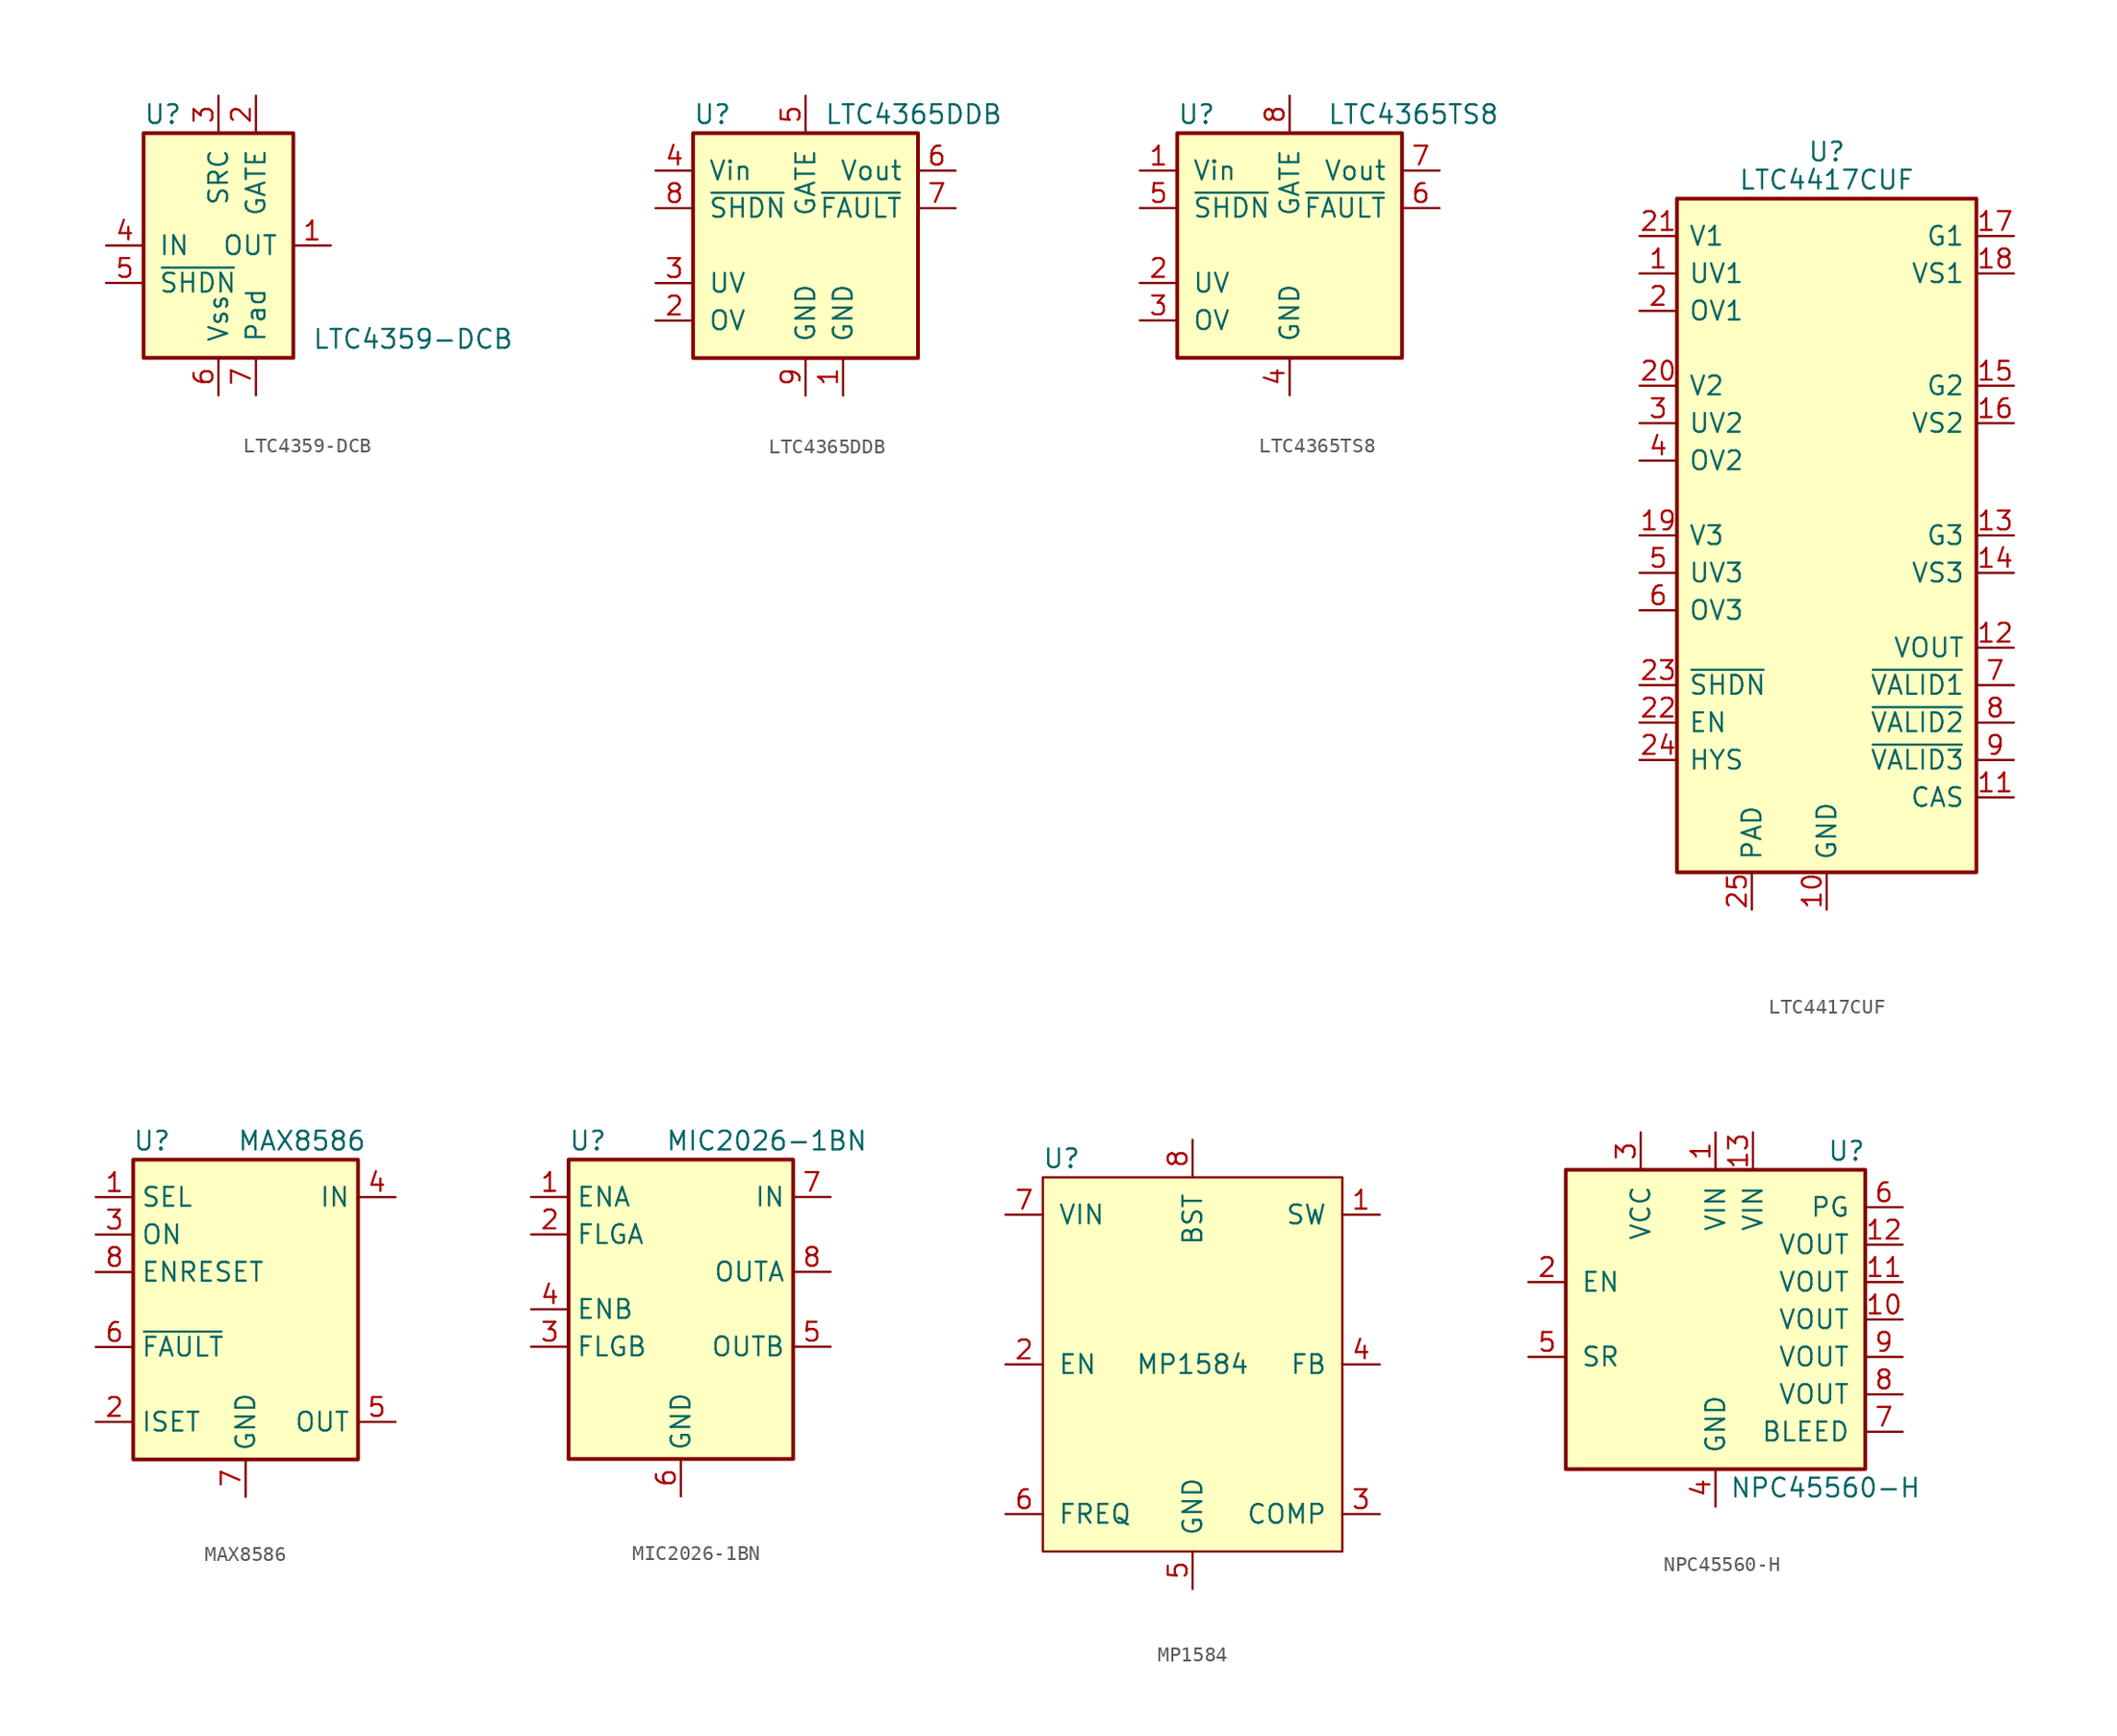
<source format=kicad_sym>
(kicad_symbol_lib
  (version 20201005)
  (generator kicad_symbol_editor)
  (symbol "LTC4359-DCB"
    (pin_names
      (offset 1.016))
    (property "Reference" "U"
      (at -5.08 8.89 0)
      (effects (font (size 1.27 1.27)) (justify left)))
    (property "Value" "LTC4359-DCB"
      (at 6.35 -6.35 0)
      (effects (font (size 1.27 1.27)) (justify left)))
    (symbol "LTC4359-DCB_0_1"
      (rectangle (start -5.08 7.62) (end 5.08 -7.62) (stroke (width 0.254)) (fill (type background))))
    (symbol "LTC4359-DCB_1_1"
      (pin input line (at 7.62 0 180) (length 2.54) (name "OUT" (effects (font (size 1.27 1.27)))) (number "1" (effects (font (size 1.27 1.27)))))
      (pin output line (at 2.54 10.16 270) (length 2.54) (name "GATE" (effects (font (size 1.27 1.27)))) (number "2" (effects (font (size 1.27 1.27)))))
      (pin input line (at 0 10.16 270) (length 2.54) (name "SRC" (effects (font (size 1.27 1.27)))) (number "3" (effects (font (size 1.27 1.27)))))
      (pin power_in line (at -7.62 0 0) (length 2.54) (name "IN" (effects (font (size 1.27 1.27)))) (number "4" (effects (font (size 1.27 1.27)))))
      (pin input line (at -7.62 -2.54 0) (length 2.54) (name "~SHDN" (effects (font (size 1.27 1.27)))) (number "5" (effects (font (size 1.27 1.27)))))
      (pin power_in line (at 0 -10.16 90) (length 2.54) (name "Vss" (effects (font (size 1.27 1.27)))) (number "6" (effects (font (size 1.27 1.27)))))
      (pin power_in line (at 2.54 -10.16 90) (length 2.54) (name "Pad" (effects (font (size 1.27 1.27)))) (number "7" (effects (font (size 1.27 1.27)))))))
  (symbol "LTC4365DDB"
    (pin_names
      (offset 1.016))
    (property "Reference" "U"
      (at -7.62 8.89 0)
      (effects (font (size 1.27 1.27)) (justify left)))
    (property "Value" "LTC4365DDB"
      (at 1.27 8.89 0)
      (effects (font (size 1.27 1.27)) (justify left)))
    (symbol "LTC4365DDB_0_1"
      (rectangle (start -7.62 7.62) (end 7.62 -7.62) (stroke (width 0.254)) (fill (type background))))
    (symbol "LTC4365DDB_1_1"
      (pin power_in line (at 2.54 -10.16 90) (length 2.54) (name "GND" (effects (font (size 1.27 1.27)))) (number "1" (effects (font (size 1.27 1.27)))))
      (pin input line (at -10.16 -5.08 0) (length 2.54) (name "OV" (effects (font (size 1.27 1.27)))) (number "2" (effects (font (size 1.27 1.27)))))
      (pin input line (at -10.16 -2.54 0) (length 2.54) (name "UV" (effects (font (size 1.27 1.27)))) (number "3" (effects (font (size 1.27 1.27)))))
      (pin power_in line (at -10.16 5.08 0) (length 2.54) (name "Vin" (effects (font (size 1.27 1.27)))) (number "4" (effects (font (size 1.27 1.27)))))
      (pin output line (at 0 10.16 270) (length 2.54) (name "GATE" (effects (font (size 1.27 1.27)))) (number "5" (effects (font (size 1.27 1.27)))))
      (pin input line (at 10.16 5.08 180) (length 2.54) (name "Vout" (effects (font (size 1.27 1.27)))) (number "6" (effects (font (size 1.27 1.27)))))
      (pin open_collector line (at 10.16 2.54 180) (length 2.54) (name "~FAULT" (effects (font (size 1.27 1.27)))) (number "7" (effects (font (size 1.27 1.27)))))
      (pin input line (at -10.16 2.54 0) (length 2.54) (name "~SHDN" (effects (font (size 1.27 1.27)))) (number "8" (effects (font (size 1.27 1.27)))))
      (pin power_in line (at 0 -10.16 90) (length 2.54) (name "GND" (effects (font (size 1.27 1.27)))) (number "9" (effects (font (size 1.27 1.27)))))))
  (symbol "LTC4365TS8"
    (pin_names
      (offset 1.016))
    (property "Reference" "U"
      (at -7.62 8.89 0)
      (effects (font (size 1.27 1.27)) (justify left)))
    (property "Value" "LTC4365TS8"
      (at 2.54 8.89 0)
      (effects (font (size 1.27 1.27)) (justify left)))
    (symbol "LTC4365TS8_0_1"
      (rectangle (start -7.62 7.62) (end 7.62 -7.62) (stroke (width 0.254)) (fill (type background))))
    (symbol "LTC4365TS8_1_1"
      (pin power_in line (at -10.16 5.08 0) (length 2.54) (name "Vin" (effects (font (size 1.27 1.27)))) (number "1" (effects (font (size 1.27 1.27)))))
      (pin input line (at -10.16 -2.54 0) (length 2.54) (name "UV" (effects (font (size 1.27 1.27)))) (number "2" (effects (font (size 1.27 1.27)))))
      (pin input line (at -10.16 -5.08 0) (length 2.54) (name "OV" (effects (font (size 1.27 1.27)))) (number "3" (effects (font (size 1.27 1.27)))))
      (pin power_in line (at 0 -10.16 90) (length 2.54) (name "GND" (effects (font (size 1.27 1.27)))) (number "4" (effects (font (size 1.27 1.27)))))
      (pin input line (at -10.16 2.54 0) (length 2.54) (name "~SHDN" (effects (font (size 1.27 1.27)))) (number "5" (effects (font (size 1.27 1.27)))))
      (pin open_collector line (at 10.16 2.54 180) (length 2.54) (name "~FAULT" (effects (font (size 1.27 1.27)))) (number "6" (effects (font (size 1.27 1.27)))))
      (pin input line (at 10.16 5.08 180) (length 2.54) (name "Vout" (effects (font (size 1.27 1.27)))) (number "7" (effects (font (size 1.27 1.27)))))
      (pin output line (at 0 10.16 270) (length 2.54) (name "GATE" (effects (font (size 1.27 1.27)))) (number "8" (effects (font (size 1.27 1.27)))))))
  (symbol "LTC4417CUF"
    (pin_names
      (offset 0.762))
    (property "Reference" "U"
      (at 0 26.035 0)
      (effects (font (size 1.27 1.27))))
    (property "Value" "LTC4417CUF"
      (at 0 24.13 0)
      (effects (font (size 1.27 1.27))))
    (symbol "LTC4417CUF_0_1"
      (rectangle (start -10.16 22.86) (end 10.16 -22.86) (stroke (width 0.254)) (fill (type background))))
    (symbol "LTC4417CUF_1_1"
      (pin input line (at -12.7 17.78 0) (length 2.54) (name "UV1" (effects (font (size 1.27 1.27)))) (number "1" (effects (font (size 1.27 1.27)))))
      (pin power_in line (at 0 -25.4 90) (length 2.54) (name "GND" (effects (font (size 1.27 1.27)))) (number "10" (effects (font (size 1.27 1.27)))))
      (pin output line (at 12.7 -17.78 180) (length 2.54) (name "CAS" (effects (font (size 1.27 1.27)))) (number "11" (effects (font (size 1.27 1.27)))))
      (pin output line (at 12.7 -7.62 180) (length 2.54) (name "VOUT" (effects (font (size 1.27 1.27)))) (number "12" (effects (font (size 1.27 1.27)))))
      (pin output line (at 12.7 0 180) (length 2.54) (name "G3" (effects (font (size 1.27 1.27)))) (number "13" (effects (font (size 1.27 1.27)))))
      (pin output line (at 12.7 -2.54 180) (length 2.54) (name "VS3" (effects (font (size 1.27 1.27)))) (number "14" (effects (font (size 1.27 1.27)))))
      (pin output line (at 12.7 10.16 180) (length 2.54) (name "G2" (effects (font (size 1.27 1.27)))) (number "15" (effects (font (size 1.27 1.27)))))
      (pin output line (at 12.7 7.62 180) (length 2.54) (name "VS2" (effects (font (size 1.27 1.27)))) (number "16" (effects (font (size 1.27 1.27)))))
      (pin output line (at 12.7 20.32 180) (length 2.54) (name "G1" (effects (font (size 1.27 1.27)))) (number "17" (effects (font (size 1.27 1.27)))))
      (pin output line (at 12.7 17.78 180) (length 2.54) (name "VS1" (effects (font (size 1.27 1.27)))) (number "18" (effects (font (size 1.27 1.27)))))
      (pin input line (at -12.7 0 0) (length 2.54) (name "V3" (effects (font (size 1.27 1.27)))) (number "19" (effects (font (size 1.27 1.27)))))
      (pin input line (at -12.7 15.24 0) (length 2.54) (name "OV1" (effects (font (size 1.27 1.27)))) (number "2" (effects (font (size 1.27 1.27)))))
      (pin input line (at -12.7 10.16 0) (length 2.54) (name "V2" (effects (font (size 1.27 1.27)))) (number "20" (effects (font (size 1.27 1.27)))))
      (pin input line (at -12.7 20.32 0) (length 2.54) (name "V1" (effects (font (size 1.27 1.27)))) (number "21" (effects (font (size 1.27 1.27)))))
      (pin input line (at -12.7 -12.7 0) (length 2.54) (name "EN" (effects (font (size 1.27 1.27)))) (number "22" (effects (font (size 1.27 1.27)))))
      (pin input line (at -12.7 -10.16 0) (length 2.54) (name "~SHDN" (effects (font (size 1.27 1.27)))) (number "23" (effects (font (size 1.27 1.27)))))
      (pin input line (at -12.7 -15.24 0) (length 2.54) (name "HYS" (effects (font (size 1.27 1.27)))) (number "24" (effects (font (size 1.27 1.27)))))
      (pin power_in line (at -5.08 -25.4 90) (length 2.54) (name "PAD" (effects (font (size 1.27 1.27)))) (number "25" (effects (font (size 1.27 1.27)))))
      (pin input line (at -12.7 7.62 0) (length 2.54) (name "UV2" (effects (font (size 1.27 1.27)))) (number "3" (effects (font (size 1.27 1.27)))))
      (pin input line (at -12.7 5.08 0) (length 2.54) (name "OV2" (effects (font (size 1.27 1.27)))) (number "4" (effects (font (size 1.27 1.27)))))
      (pin input line (at -12.7 -2.54 0) (length 2.54) (name "UV3" (effects (font (size 1.27 1.27)))) (number "5" (effects (font (size 1.27 1.27)))))
      (pin input line (at -12.7 -5.08 0) (length 2.54) (name "OV3" (effects (font (size 1.27 1.27)))) (number "6" (effects (font (size 1.27 1.27)))))
      (pin open_collector line (at 12.7 -10.16 180) (length 2.54) (name "~VALID1" (effects (font (size 1.27 1.27)))) (number "7" (effects (font (size 1.27 1.27)))))
      (pin open_collector line (at 12.7 -12.7 180) (length 2.54) (name "~VALID2" (effects (font (size 1.27 1.27)))) (number "8" (effects (font (size 1.27 1.27)))))
      (pin open_collector line (at 12.7 -15.24 180) (length 2.54) (name "~VALID3" (effects (font (size 1.27 1.27)))) (number "9" (effects (font (size 1.27 1.27)))))))
  (symbol "MAX8586"
    (property "Reference" "U"
      (at -6.35 11.43 0)
      (effects (font (size 1.27 1.27))))
    (property "Value" "MAX8586"
      (at 3.81 11.43 0)
      (effects (font (size 1.27 1.27))))
    (symbol "MAX8586_0_1"
      (rectangle (start -7.62 10.16) (end 7.62 -10.16) (stroke (width 0.254)) (fill (type background))))
    (symbol "MAX8586_1_1"
      (pin input line (at -10.16 7.62 0) (length 2.54) (name "SEL" (effects (font (size 1.27 1.27)))) (number "1" (effects (font (size 1.27 1.27)))))
      (pin input line (at -10.16 -7.62 0) (length 2.54) (name "ISET" (effects (font (size 1.27 1.27)))) (number "2" (effects (font (size 1.27 1.27)))))
      (pin input line (at -10.16 5.08 0) (length 2.54) (name "ON" (effects (font (size 1.27 1.27)))) (number "3" (effects (font (size 1.27 1.27)))))
      (pin power_in line (at 10.16 7.62 180) (length 2.54) (name "IN" (effects (font (size 1.27 1.27)))) (number "4" (effects (font (size 1.27 1.27)))))
      (pin power_out line (at 10.16 -7.62 180) (length 2.54) (name "OUT" (effects (font (size 1.27 1.27)))) (number "5" (effects (font (size 1.27 1.27)))))
      (pin open_collector line (at -10.16 -2.54 0) (length 2.54) (name "~FAULT" (effects (font (size 1.27 1.27)))) (number "6" (effects (font (size 1.27 1.27)))))
      (pin power_in line (at 0 -12.7 90) (length 2.54) (name "GND" (effects (font (size 1.27 1.27)))) (number "7" (effects (font (size 1.27 1.27)))))
      (pin input line (at -10.16 2.54 0) (length 2.54) (name "ENRESET" (effects (font (size 1.27 1.27)))) (number "8" (effects (font (size 1.27 1.27)))))
      (pin passive line (at 0 -12.7 90) (length 2.54) hide (name "GND" (effects (font (size 1.27 1.27)))) (number "9" (effects (font (size 1.27 1.27)))))))
  (symbol "MIC2026-1BN"
    (property "Reference" "U"
      (at -7.62 11.43 0)
      (effects (font (size 1.27 1.27)) (justify left)))
    (property "Value" "MIC2026-1BN"
      (at 12.7 11.43 0)
      (effects (font (size 1.27 1.27)) (justify right)))
    (symbol "MIC2026-1BN_0_1"
      (rectangle (start -7.62 -10.16) (end 7.62 10.16) (stroke (width 0.254)) (fill (type background))))
    (symbol "MIC2026-1BN_1_1"
      (pin input line (at -10.16 7.62 0) (length 2.54) (name "ENA" (effects (font (size 1.27 1.27)))) (number "1" (effects (font (size 1.27 1.27)))))
      (pin output line (at -10.16 5.08 0) (length 2.54) (name "FLGA" (effects (font (size 1.27 1.27)))) (number "2" (effects (font (size 1.27 1.27)))))
      (pin output line (at -10.16 -2.54 0) (length 2.54) (name "FLGB" (effects (font (size 1.27 1.27)))) (number "3" (effects (font (size 1.27 1.27)))))
      (pin input line (at -10.16 0 0) (length 2.54) (name "ENB" (effects (font (size 1.27 1.27)))) (number "4" (effects (font (size 1.27 1.27)))))
      (pin power_out line (at 10.16 -2.54 180) (length 2.54) (name "OUTB" (effects (font (size 1.27 1.27)))) (number "5" (effects (font (size 1.27 1.27)))))
      (pin power_in line (at 0 -12.7 90) (length 2.54) (name "GND" (effects (font (size 1.27 1.27)))) (number "6" (effects (font (size 1.27 1.27)))))
      (pin power_in line (at 10.16 7.62 180) (length 2.54) (name "IN" (effects (font (size 1.27 1.27)))) (number "7" (effects (font (size 1.27 1.27)))))
      (pin power_out line (at 10.16 2.54 180) (length 2.54) (name "OUTA" (effects (font (size 1.27 1.27)))) (number "8" (effects (font (size 1.27 1.27)))))))
  (symbol "MP1584"
    (pin_names
      (offset 1.016))
    (property "Reference" "U"
      (at -8.89 13.97 0)
      (effects (font (size 1.27 1.27))))
    (property "Value" "MP1584"
      (at 0 0 0)
      (effects (font (size 1.27 1.27))))
    (symbol "MP1584_0_1"
      (rectangle (start -10.16 12.7) (end 10.16 -12.7) (stroke (width 0)) (fill (type background))))
    (symbol "MP1584_1_1"
      (pin input line (at 12.7 10.16 180) (length 2.54) (name "SW" (effects (font (size 1.27 1.27)))) (number "1" (effects (font (size 1.27 1.27)))))
      (pin input line (at -12.7 0 0) (length 2.54) (name "EN" (effects (font (size 1.27 1.27)))) (number "2" (effects (font (size 1.27 1.27)))))
      (pin input line (at 12.7 -10.16 180) (length 2.54) (name "COMP" (effects (font (size 1.27 1.27)))) (number "3" (effects (font (size 1.27 1.27)))))
      (pin input line (at 12.7 0 180) (length 2.54) (name "FB" (effects (font (size 1.27 1.27)))) (number "4" (effects (font (size 1.27 1.27)))))
      (pin input line (at 0 -15.24 90) (length 2.54) (name "GND" (effects (font (size 1.27 1.27)))) (number "5" (effects (font (size 1.27 1.27)))))
      (pin input line (at -12.7 -10.16 0) (length 2.54) (name "FREQ" (effects (font (size 1.27 1.27)))) (number "6" (effects (font (size 1.27 1.27)))))
      (pin input line (at -12.7 10.16 0) (length 2.54) (name "VIN" (effects (font (size 1.27 1.27)))) (number "7" (effects (font (size 1.27 1.27)))))
      (pin input line (at 0 15.24 270) (length 2.54) (name "BST" (effects (font (size 1.27 1.27)))) (number "8" (effects (font (size 1.27 1.27)))))))
  (symbol "NPC45560-H"
    (pin_names
      (offset 1.016))
    (property "Reference" "U"
      (at 8.89 11.43 0)
      (effects (font (size 1.27 1.27))))
    (property "Value" "NPC45560-H"
      (at 13.97 -11.43 0)
      (effects (font (size 1.27 1.27)) (justify right)))
    (symbol "NPC45560-H_0_1"
      (rectangle (start -10.16 10.16) (end 10.16 -10.16) (stroke (width 0.254)) (fill (type background))))
    (symbol "NPC45560-H_1_1"
      (pin power_in line (at 0 12.7 270) (length 2.54) (name "VIN" (effects (font (size 1.27 1.27)))) (number "1" (effects (font (size 1.27 1.27)))))
      (pin passive line (at 12.7 0 180) (length 2.54) (name "VOUT" (effects (font (size 1.27 1.27)))) (number "10" (effects (font (size 1.27 1.27)))))
      (pin passive line (at 12.7 2.54 180) (length 2.54) (name "VOUT" (effects (font (size 1.27 1.27)))) (number "11" (effects (font (size 1.27 1.27)))))
      (pin power_out line (at 12.7 5.08 180) (length 2.54) (name "VOUT" (effects (font (size 1.27 1.27)))) (number "12" (effects (font (size 1.27 1.27)))))
      (pin power_in line (at 2.54 12.7 270) (length 2.54) (name "VIN" (effects (font (size 1.27 1.27)))) (number "13" (effects (font (size 1.27 1.27)))))
      (pin input line (at -12.7 2.54 0) (length 2.54) (name "EN" (effects (font (size 1.27 1.27)))) (number "2" (effects (font (size 1.27 1.27)))))
      (pin power_in line (at -5.08 12.7 270) (length 2.54) (name "VCC" (effects (font (size 1.27 1.27)))) (number "3" (effects (font (size 1.27 1.27)))))
      (pin power_in line (at 0 -12.7 90) (length 2.54) (name "GND" (effects (font (size 1.27 1.27)))) (number "4" (effects (font (size 1.27 1.27)))))
      (pin input line (at -12.7 -2.54 0) (length 2.54) (name "SR" (effects (font (size 1.27 1.27)))) (number "5" (effects (font (size 1.27 1.27)))))
      (pin open_collector line (at 12.7 7.62 180) (length 2.54) (name "PG" (effects (font (size 1.27 1.27)))) (number "6" (effects (font (size 1.27 1.27)))))
      (pin input line (at 12.7 -7.62 180) (length 2.54) (name "BLEED" (effects (font (size 1.27 1.27)))) (number "7" (effects (font (size 1.27 1.27)))))
      (pin passive line (at 12.7 -5.08 180) (length 2.54) (name "VOUT" (effects (font (size 1.27 1.27)))) (number "8" (effects (font (size 1.27 1.27)))))
      (pin passive line (at 12.7 -2.54 180) (length 2.54) (name "VOUT" (effects (font (size 1.27 1.27)))) (number "9" (effects (font (size 1.27 1.27))))))))
</source>
